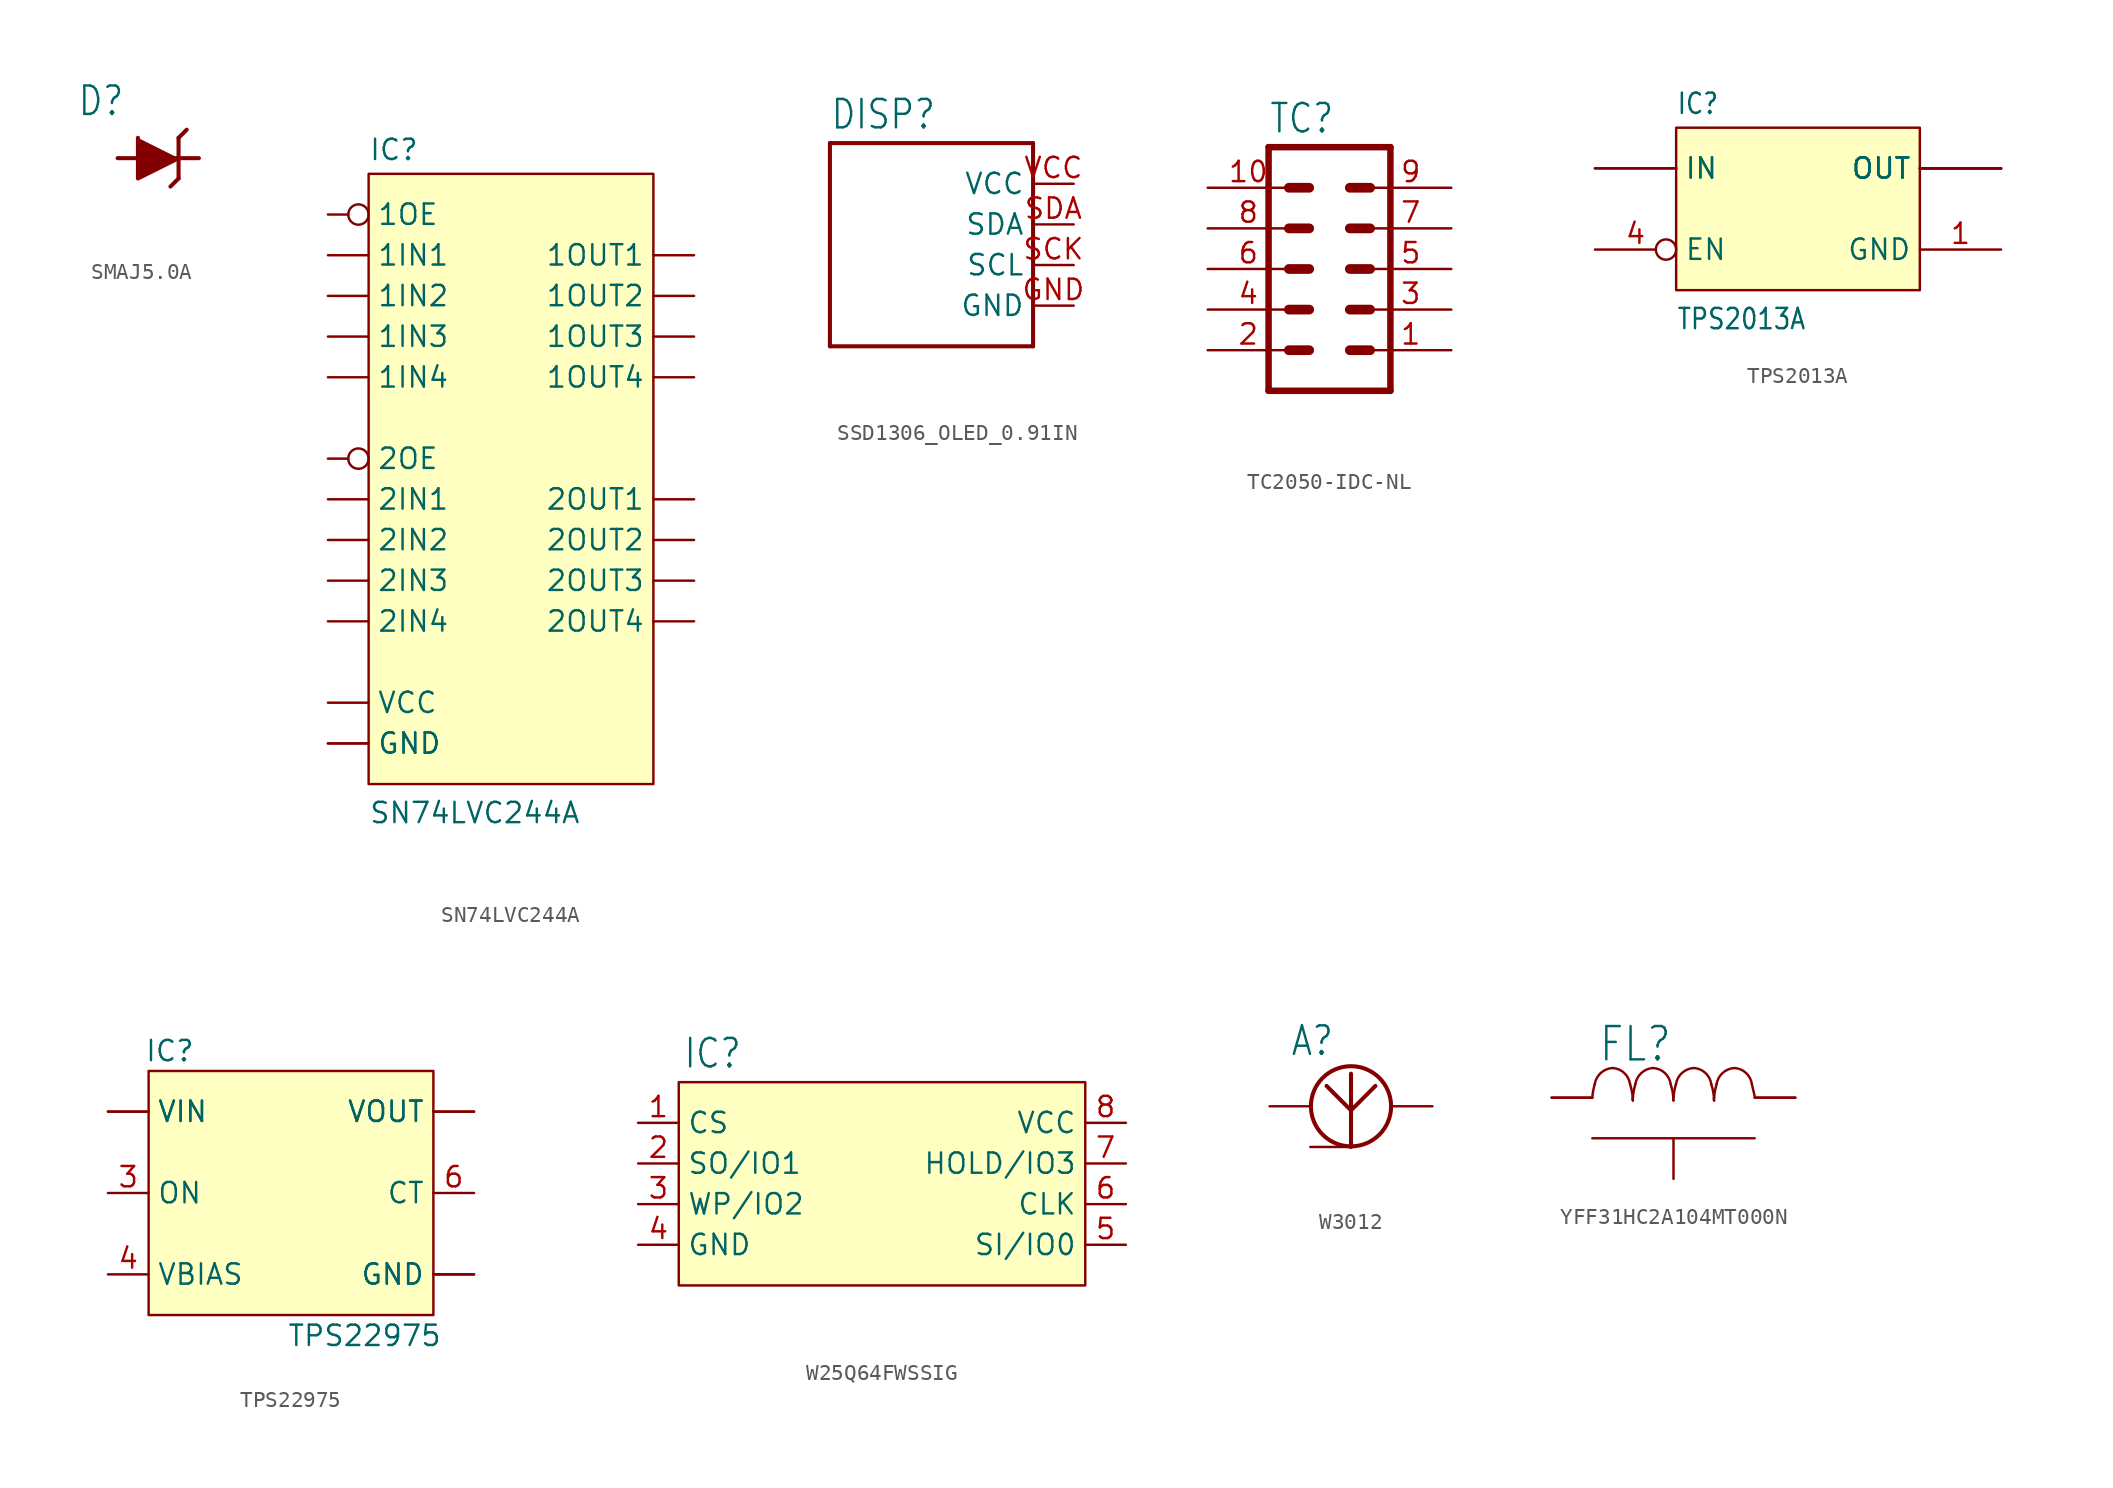
<source format=kicad_sym>
(kicad_symbol_lib
  (version 20241209)
  (generator "kicad_symbol_editor")
  (generator_version "9.0")
  (symbol "SMAJ5.0A"
    (property "Reference" "D"
      (at -5.08 2.54 0)
      (effects (font (size 1.778 1.511)) (justify left bottom)))
    (property "Value" ""
      (at -5.08 -5.08 0)
      (effects (font (size 1.778 1.511)) (justify left bottom)))
    (property "ki_locked" ""
      (at 0 0 0)
      (effects (font (size 1.27 1.27))))
    (symbol "SMAJ5.0A_1_0"
      (polyline (pts (xy -2.54 0) (xy 2.54 0)) (stroke (width 0.254) (type solid)) (fill (type none)))
      (polyline (pts (xy -1.27 1.27) (xy -1.27 -1.27) (xy 1.27 0)) (stroke (width 0.254) (type solid)) (fill (type outline)))
      (polyline (pts (xy 1.27 1.27) (xy 1.27 -1.27)) (stroke (width 0.254) (type solid)) (fill (type none)))
      (polyline (pts (xy 1.27 1.27) (xy 1.778 1.778)) (stroke (width 0.254) (type solid)) (fill (type none)))
      (polyline (pts (xy 1.27 -1.27) (xy 0.762 -1.778)) (stroke (width 0.254) (type solid)) (fill (type none)))
      (pin bidirectional line (at -2.54 0 0) (length 0) (name "A" (effects (font (size 0 0)))) (number "A" (effects (font (size 0 0)))))
      (pin bidirectional line (at 2.54 0 0) (length 0) (name "K" (effects (font (size 0 0)))) (number "K" (effects (font (size 0 0)))))))
  (symbol "SN74LVC244A"
    (property "Reference" "IC"
      (at -7.62 16.002 0)
      (effects (font (size 1.27 1.27)) (justify left bottom)))
    (property "Value" "SN74LVC244A"
      (at -7.62 -25.4 0)
      (effects (font (size 1.27 1.27)) (justify left bottom)))
    (symbol "SN74LVC244A_1_0"
      (pin bidirectional inverted (at -10.16 12.7 0) (length 2.54) (name "1OE" (effects (font (size 1.27 1.27)))) (number "1" (effects (font (size 0 0)))))
      (pin bidirectional line (at -10.16 10.16 0) (length 2.54) (name "1IN1" (effects (font (size 1.27 1.27)))) (number "2" (effects (font (size 0 0)))))
      (pin bidirectional line (at -10.16 7.62 0) (length 2.54) (name "1IN2" (effects (font (size 1.27 1.27)))) (number "4" (effects (font (size 0 0)))))
      (pin bidirectional line (at -10.16 5.08 0) (length 2.54) (name "1IN3" (effects (font (size 1.27 1.27)))) (number "6" (effects (font (size 0 0)))))
      (pin bidirectional line (at -10.16 2.54 0) (length 2.54) (name "1IN4" (effects (font (size 1.27 1.27)))) (number "8" (effects (font (size 0 0)))))
      (pin bidirectional inverted (at -10.16 -2.54 0) (length 2.54) (name "2OE" (effects (font (size 1.27 1.27)))) (number "19" (effects (font (size 0 0)))))
      (pin bidirectional line (at -10.16 -5.08 0) (length 2.54) (name "2IN1" (effects (font (size 1.27 1.27)))) (number "11" (effects (font (size 0 0)))))
      (pin bidirectional line (at -10.16 -7.62 0) (length 2.54) (name "2IN2" (effects (font (size 1.27 1.27)))) (number "13" (effects (font (size 0 0)))))
      (pin bidirectional line (at -10.16 -10.16 0) (length 2.54) (name "2IN3" (effects (font (size 1.27 1.27)))) (number "15" (effects (font (size 0 0)))))
      (pin bidirectional line (at -10.16 -12.7 0) (length 2.54) (name "2IN4" (effects (font (size 1.27 1.27)))) (number "17" (effects (font (size 0 0)))))
      (pin bidirectional line (at -10.16 -17.78 0) (length 2.54) (name "VCC" (effects (font (size 1.27 1.27)))) (number "20" (effects (font (size 0 0)))))
      (pin bidirectional line (at -10.16 -20.32 0) (length 2.54) (name "GND" (effects (font (size 1.27 1.27)))) (number "10" (effects (font (size 0 0)))))
      (pin bidirectional line (at -10.16 -20.32 0) (length 2.54) (name "GND" (effects (font (size 1.27 1.27)))) (number "21" (effects (font (size 0 0)))))
      (pin bidirectional line (at 12.7 10.16 180) (length 2.54) (name "1OUT1" (effects (font (size 1.27 1.27)))) (number "18" (effects (font (size 0 0)))))
      (pin bidirectional line (at 12.7 7.62 180) (length 2.54) (name "1OUT2" (effects (font (size 1.27 1.27)))) (number "16" (effects (font (size 0 0)))))
      (pin bidirectional line (at 12.7 5.08 180) (length 2.54) (name "1OUT3" (effects (font (size 1.27 1.27)))) (number "14" (effects (font (size 0 0)))))
      (pin bidirectional line (at 12.7 2.54 180) (length 2.54) (name "1OUT4" (effects (font (size 1.27 1.27)))) (number "12" (effects (font (size 0 0)))))
      (pin bidirectional line (at 12.7 -5.08 180) (length 2.54) (name "2OUT1" (effects (font (size 1.27 1.27)))) (number "9" (effects (font (size 0 0)))))
      (pin bidirectional line (at 12.7 -7.62 180) (length 2.54) (name "2OUT2" (effects (font (size 1.27 1.27)))) (number "7" (effects (font (size 0 0)))))
      (pin bidirectional line (at 12.7 -10.16 180) (length 2.54) (name "2OUT3" (effects (font (size 1.27 1.27)))) (number "5" (effects (font (size 0 0)))))
      (pin bidirectional line (at 12.7 -12.7 180) (length 2.54) (name "2OUT4" (effects (font (size 1.27 1.27)))) (number "3" (effects (font (size 0 0))))))
    (symbol "SN74LVC244A_1_1"
      (rectangle (start -7.62 15.24) (end 10.16 -22.86) (stroke (width 0) (type solid)) (fill (type background)))))
  (symbol "SSD1306_OLED_0.91IN"
    (property "Reference" "DISP"
      (at -7.62 5.842 0)
      (effects (font (size 1.778 1.511)) (justify left bottom)))
    (property "Value" ""
      (at -7.62 -10.16 0)
      (effects (font (size 1.778 1.511)) (justify left bottom)))
    (property "ki_locked" ""
      (at 0 0 0)
      (effects (font (size 1.27 1.27))))
    (symbol "SSD1306_OLED_0.91IN_1_0"
      (polyline (pts (xy -7.62 5.08) (xy 5.08 5.08)) (stroke (width 0.254) (type solid)) (fill (type none)))
      (polyline (pts (xy -7.62 -7.62) (xy -7.62 5.08)) (stroke (width 0.254) (type solid)) (fill (type none)))
      (polyline (pts (xy 5.08 5.08) (xy 5.08 -7.62)) (stroke (width 0.254) (type solid)) (fill (type none)))
      (polyline (pts (xy 5.08 -7.62) (xy -7.62 -7.62)) (stroke (width 0.254) (type solid)) (fill (type none)))
      (pin bidirectional line (at 7.62 2.54 180) (length 2.54) (name "VCC" (effects (font (size 1.27 1.27)))) (number "VCC" (effects (font (size 1.27 1.27)))))
      (pin bidirectional line (at 7.62 0 180) (length 2.54) (name "SDA" (effects (font (size 1.27 1.27)))) (number "SDA" (effects (font (size 1.27 1.27)))))
      (pin bidirectional line (at 7.62 -2.54 180) (length 2.54) (name "SCL" (effects (font (size 1.27 1.27)))) (number "SCK" (effects (font (size 1.27 1.27)))))
      (pin bidirectional line (at 7.62 -5.08 180) (length 2.54) (name "GND" (effects (font (size 1.27 1.27)))) (number "GND" (effects (font (size 1.27 1.27)))))))
  (symbol "TC2050-IDC-NL"
    (property "Reference" "TC"
      (at -3.81 8.382 0)
      (effects (font (size 1.778 1.511)) (justify left bottom)))
    (property "Value" ""
      (at -3.81 -10.16 0)
      (effects (font (size 1.778 1.511)) (justify left bottom)))
    (property "ki_locked" ""
      (at 0 0 0)
      (effects (font (size 1.27 1.27))))
    (symbol "TC2050-IDC-NL_1_0"
      (polyline (pts (xy -3.81 7.62) (xy -3.81 -7.62)) (stroke (width 0.406) (type solid)) (fill (type none)))
      (polyline (pts (xy -3.81 7.62) (xy 3.81 7.62)) (stroke (width 0.406) (type solid)) (fill (type none)))
      (polyline (pts (xy -2.54 5.08) (xy -1.27 5.08)) (stroke (width 0.61) (type solid)) (fill (type none)))
      (polyline (pts (xy -2.54 2.54) (xy -1.27 2.54)) (stroke (width 0.61) (type solid)) (fill (type none)))
      (polyline (pts (xy -2.54 0) (xy -1.27 0)) (stroke (width 0.61) (type solid)) (fill (type none)))
      (polyline (pts (xy -2.54 -2.54) (xy -1.27 -2.54)) (stroke (width 0.61) (type solid)) (fill (type none)))
      (polyline (pts (xy -2.54 -5.08) (xy -1.27 -5.08)) (stroke (width 0.61) (type solid)) (fill (type none)))
      (polyline (pts (xy 1.27 5.08) (xy 2.54 5.08)) (stroke (width 0.61) (type solid)) (fill (type none)))
      (polyline (pts (xy 1.27 2.54) (xy 2.54 2.54)) (stroke (width 0.61) (type solid)) (fill (type none)))
      (polyline (pts (xy 1.27 0) (xy 2.54 0)) (stroke (width 0.61) (type solid)) (fill (type none)))
      (polyline (pts (xy 1.27 -2.54) (xy 2.54 -2.54)) (stroke (width 0.61) (type solid)) (fill (type none)))
      (polyline (pts (xy 1.27 -5.08) (xy 2.54 -5.08)) (stroke (width 0.61) (type solid)) (fill (type none)))
      (polyline (pts (xy 3.81 -7.62) (xy -3.81 -7.62)) (stroke (width 0.406) (type solid)) (fill (type none)))
      (polyline (pts (xy 3.81 -7.62) (xy 3.81 7.62)) (stroke (width 0.406) (type solid)) (fill (type none)))
      (pin passive line (at -7.62 5.08 0) (length 5.08) (name "10" (effects (font (size 0 0)))) (number "10" (effects (font (size 1.27 1.27)))))
      (pin passive line (at -7.62 2.54 0) (length 5.08) (name "8" (effects (font (size 0 0)))) (number "8" (effects (font (size 1.27 1.27)))))
      (pin passive line (at -7.62 0 0) (length 5.08) (name "6" (effects (font (size 0 0)))) (number "6" (effects (font (size 1.27 1.27)))))
      (pin passive line (at -7.62 -2.54 0) (length 5.08) (name "4" (effects (font (size 0 0)))) (number "4" (effects (font (size 1.27 1.27)))))
      (pin passive line (at -7.62 -5.08 0) (length 5.08) (name "2" (effects (font (size 0 0)))) (number "2" (effects (font (size 1.27 1.27)))))
      (pin passive line (at 7.62 5.08 180) (length 5.08) (name "9" (effects (font (size 0 0)))) (number "9" (effects (font (size 1.27 1.27)))))
      (pin passive line (at 7.62 2.54 180) (length 5.08) (name "7" (effects (font (size 0 0)))) (number "7" (effects (font (size 1.27 1.27)))))
      (pin passive line (at 7.62 0 180) (length 5.08) (name "5" (effects (font (size 0 0)))) (number "5" (effects (font (size 1.27 1.27)))))
      (pin passive line (at 7.62 -2.54 180) (length 5.08) (name "3" (effects (font (size 0 0)))) (number "3" (effects (font (size 1.27 1.27)))))
      (pin passive line (at 7.62 -5.08 180) (length 5.08) (name "1" (effects (font (size 0 0)))) (number "1" (effects (font (size 1.27 1.27)))))))
  (symbol "TPS2013A"
    (property "Reference" "IC"
      (at -7.62 5.842 0)
      (effects (font (size 1.27 1.079)) (justify left bottom)))
    (property "Value" "TPS2013A"
      (at -7.62 -7.62 0)
      (effects (font (size 1.27 1.079)) (justify left bottom)))
    (symbol "TPS2013A_1_0"
      (pin bidirectional line (at -12.7 2.54 0) (length 5.08) (name "IN" (effects (font (size 1.27 1.27)))) (number "2" (effects (font (size 0 0)))))
      (pin bidirectional line (at -12.7 2.54 0) (length 5.08) (name "IN" (effects (font (size 1.27 1.27)))) (number "3" (effects (font (size 0 0)))))
      (pin bidirectional inverted (at -12.7 -2.54 0) (length 5.08) (name "EN" (effects (font (size 1.27 1.27)))) (number "4" (effects (font (size 1.27 1.27)))))
      (pin bidirectional line (at 12.7 2.54 180) (length 5.08) (name "OUT" (effects (font (size 1.27 1.27)))) (number "5" (effects (font (size 0 0)))))
      (pin bidirectional line (at 12.7 2.54 180) (length 5.08) (name "OUT" (effects (font (size 1.27 1.27)))) (number "6" (effects (font (size 0 0)))))
      (pin bidirectional line (at 12.7 2.54 180) (length 5.08) (name "OUT" (effects (font (size 1.27 1.27)))) (number "7" (effects (font (size 0 0)))))
      (pin bidirectional line (at 12.7 2.54 180) (length 5.08) (name "OUT" (effects (font (size 1.27 1.27)))) (number "8" (effects (font (size 0 0)))))
      (pin bidirectional line (at 12.7 -2.54 180) (length 5.08) (name "GND" (effects (font (size 1.27 1.27)))) (number "1" (effects (font (size 1.27 1.27))))))
    (symbol "TPS2013A_1_1"
      (rectangle (start -7.62 5.08) (end 7.62 -5.08) (stroke (width 0) (type solid)) (fill (type background)))))
  (symbol "TPS22975"
    (property "Reference" "IC"
      (at -7.874 8.128 0)
      (effects (font (size 1.27 1.27)) (justify left bottom)))
    (property "Value" "TPS22975"
      (at 1.016 -9.652 0)
      (effects (font (size 1.27 1.27)) (justify left bottom)))
    (symbol "TPS22975_1_0"
      (pin bidirectional line (at -10.16 5.08 0) (length 2.54) (name "VIN" (effects (font (size 1.27 1.27)))) (number "1" (effects (font (size 0 0)))))
      (pin bidirectional line (at -10.16 5.08 0) (length 2.54) (name "VIN" (effects (font (size 1.27 1.27)))) (number "2" (effects (font (size 0 0)))))
      (pin bidirectional line (at -10.16 0 0) (length 2.54) (name "ON" (effects (font (size 1.27 1.27)))) (number "3" (effects (font (size 1.27 1.27)))))
      (pin bidirectional line (at -10.16 -5.08 0) (length 2.54) (name "VBIAS" (effects (font (size 1.27 1.27)))) (number "4" (effects (font (size 1.27 1.27)))))
      (pin bidirectional line (at 12.7 5.08 180) (length 2.54) (name "VOUT" (effects (font (size 1.27 1.27)))) (number "7" (effects (font (size 0 0)))))
      (pin bidirectional line (at 12.7 5.08 180) (length 2.54) (name "VOUT" (effects (font (size 1.27 1.27)))) (number "8" (effects (font (size 0 0)))))
      (pin bidirectional line (at 12.7 0 180) (length 2.54) (name "CT" (effects (font (size 1.27 1.27)))) (number "6" (effects (font (size 1.27 1.27)))))
      (pin bidirectional line (at 12.7 -5.08 180) (length 2.54) (name "GND" (effects (font (size 1.27 1.27)))) (number "5" (effects (font (size 0 0)))))
      (pin bidirectional line (at 12.7 -5.08 180) (length 2.54) (name "GND" (effects (font (size 1.27 1.27)))) (number "PP" (effects (font (size 0 0))))))
    (symbol "TPS22975_1_1"
      (rectangle (start -7.62 7.62) (end 10.16 -7.62) (stroke (width 0) (type solid)) (fill (type background)))))
  (symbol "W25Q64FWSSIG"
    (property "Reference" "IC"
      (at -12.446 5.842 0)
      (effects (font (size 1.778 1.511)) (justify left bottom)))
    (property "Value" ""
      (at -12.7 -10.16 0)
      (effects (font (size 1.778 1.511)) (justify left bottom)))
    (property "ki_locked" ""
      (at 0 0 0)
      (effects (font (size 1.27 1.27))))
    (symbol "W25Q64FWSSIG_1_0"
      (pin bidirectional line (at -15.24 2.54 0) (length 2.54) (name "CS" (effects (font (size 1.27 1.27)))) (number "1" (effects (font (size 1.27 1.27)))))
      (pin bidirectional line (at -15.24 0 0) (length 2.54) (name "SO/IO1" (effects (font (size 1.27 1.27)))) (number "2" (effects (font (size 1.27 1.27)))))
      (pin bidirectional line (at -15.24 -2.54 0) (length 2.54) (name "WP/IO2" (effects (font (size 1.27 1.27)))) (number "3" (effects (font (size 1.27 1.27)))))
      (pin bidirectional line (at -15.24 -5.08 0) (length 2.54) (name "GND" (effects (font (size 1.27 1.27)))) (number "4" (effects (font (size 1.27 1.27)))))
      (pin bidirectional line (at 15.24 2.54 180) (length 2.54) (name "VCC" (effects (font (size 1.27 1.27)))) (number "8" (effects (font (size 1.27 1.27)))))
      (pin bidirectional line (at 15.24 0 180) (length 2.54) (name "HOLD/IO3" (effects (font (size 1.27 1.27)))) (number "7" (effects (font (size 1.27 1.27)))))
      (pin bidirectional line (at 15.24 -2.54 180) (length 2.54) (name "CLK" (effects (font (size 1.27 1.27)))) (number "6" (effects (font (size 1.27 1.27)))))
      (pin bidirectional line (at 15.24 -5.08 180) (length 2.54) (name "SI/IO0" (effects (font (size 1.27 1.27)))) (number "5" (effects (font (size 1.27 1.27))))))
    (symbol "W25Q64FWSSIG_1_1"
      (rectangle (start -12.7 5.08) (end 12.7 -7.62) (stroke (width 0) (type solid)) (fill (type background)))))
  (symbol "W3012"
    (property "Reference" "A"
      (at -3.81 3.048 0)
      (effects (font (size 1.778 1.511)) (justify left bottom)))
    (property "Value" ""
      (at -5.08 -5.08 0)
      (effects (font (size 1.778 1.511)) (justify left bottom)))
    (property "ki_locked" ""
      (at 0 0 0)
      (effects (font (size 1.27 1.27))))
    (symbol "W3012_1_0"
      (circle (center 0 0) (radius 2.502) (stroke (width 0.254) (type solid)) (fill (type none)))
      (polyline (pts (xy 0 -0.254) (xy -1.524 1.27)) (stroke (width 0.254) (type solid)) (fill (type none)))
      (polyline (pts (xy 0 -0.254) (xy 0 2.032)) (stroke (width 0.254) (type solid)) (fill (type none)))
      (polyline (pts (xy 0 -0.254) (xy 1.524 1.27)) (stroke (width 0.254) (type solid)) (fill (type none)))
      (polyline (pts (xy 0 -2.54) (xy 0 -0.254)) (stroke (width 0.254) (type solid)) (fill (type none)))
      (pin bidirectional line (at -5.08 0 0) (length 2.54) (name "GND" (effects (font (size 0 0)))) (number "2" (effects (font (size 0 0)))))
      (pin bidirectional line (at -2.54 -2.54 0) (length 2.54) (name "FEED" (effects (font (size 0 0)))) (number "1" (effects (font (size 0 0)))))
      (pin bidirectional line (at 5.08 0 180) (length 2.54) (name "GND@1" (effects (font (size 0 0)))) (number "3" (effects (font (size 0 0)))))))
  (symbol "YFF31HC2A104MT000N"
    (property "Reference" "FL"
      (at -4.724 2.134 0)
      (effects (font (size 2.083 1.77)) (justify left bottom)))
    (property "ki_locked" ""
      (at 0 0 0)
      (effects (font (size 1.27 1.27))))
    (symbol "YFF31HC2A104MT000N_1_0"
      (arc (start 4.9022 0.8382) (mid 4.9944 0.458) (end 5.08 0.0762) (stroke (width 0.1524) (type solid)) (fill (type none)))
      (polyline (pts (xy -7.62 0) (xy -5.08 0)) (stroke (width 0.152) (type solid)) (fill (type none)))
      (arc (start -2.7178 0.8382) (mid -2.5911 0.3368) (end -2.54 -0.1778) (stroke (width 0.1524) (type solid)) (fill (type none)))
      (polyline (pts (xy -5.08 -2.54) (xy 5.08 -2.54)) (stroke (width 0.152) (type solid)) (fill (type none)))
      (arc (start -3.81 1.8542) (mid -3.0814 1.5423) (end -2.7177 0.8382) (stroke (width 0.1524) (type solid)) (fill (type none)))
      (arc (start -4.9276 0.8382) (mid -4.5486 1.5441) (end -3.8099 1.8542) (stroke (width 0.1524) (type solid)) (fill (type none)))
      (arc (start -0.1778 0.8382) (mid -0.0511 0.3368) (end 0 -0.1778) (stroke (width 0.1524) (type solid)) (fill (type none)))
      (arc (start -2.54 -0.1778) (mid -2.561 -0.0888) (end -2.54 0.0001) (stroke (width 0) (type solid)) (fill (type none)))
      (arc (start -1.27 1.8542) (mid -0.5414 1.5423) (end -0.1777 0.8382) (stroke (width 0.1524) (type solid)) (fill (type none)))
      (arc (start -2.3876 0.8382) (mid -2.0086 1.5441) (end -1.2699 1.8542) (stroke (width 0.1524) (type solid)) (fill (type none)))
      (arc (start -5.08 0) (mid -5.0258 0.4231) (end -4.9276 0.8382) (stroke (width 0.1524) (type solid)) (fill (type none)))
      (arc (start 2.3622 0.8382) (mid 2.4889 0.3368) (end 2.54 -0.1778) (stroke (width 0.1524) (type solid)) (fill (type none)))
      (arc (start 0 -0.1778) (mid -0.0208 -0.0889) (end 0 0) (stroke (width 0) (type solid)) (fill (type none)))
      (arc (start 1.27 1.8542) (mid 1.9985 1.5422) (end 2.3622 0.8381) (stroke (width 0.1524) (type solid)) (fill (type none)))
      (arc (start 0.1524 0.8382) (mid 0.5313 1.544) (end 1.27 1.8541) (stroke (width 0.1524) (type solid)) (fill (type none)))
      (arc (start -2.54 0) (mid -2.4858 0.4231) (end -2.3876 0.8382) (stroke (width 0.1524) (type solid)) (fill (type none)))
      (arc (start 2.54 -0.1778) (mid 2.5197 -0.089) (end 2.54 0) (stroke (width 0) (type solid)) (fill (type none)))
      (arc (start 3.81 1.8542) (mid 4.5385 1.5423) (end 4.9022 0.8381) (stroke (width 0.1524) (type solid)) (fill (type none)))
      (arc (start 2.6924 0.8382) (mid 3.0714 1.5438) (end 3.81 1.8541) (stroke (width 0.1524) (type solid)) (fill (type none)))
      (arc (start 0 0) (mid 0.0542 0.4231) (end 0.1524 0.8382) (stroke (width 0.1524) (type solid)) (fill (type none)))
      (polyline (pts (xy 5.08 0) (xy 7.62 0)) (stroke (width 0.152) (type solid)) (fill (type none)))
      (arc (start 2.54 0) (mid 2.5942 0.4231) (end 2.6924 0.8382) (stroke (width 0.1524) (type solid)) (fill (type none)))
      (pin passive line (at -7.62 0 0) (length 2.54) (name "1" (effects (font (size 0 0)))) (number "1" (effects (font (size 0 0)))))
      (pin passive line (at 0 -5.08 90) (length 2.54) (name "GND" (effects (font (size 0 0)))) (number "GND" (effects (font (size 0 0)))))
      (pin passive line (at 7.62 0 180) (length 2.54) (name "2" (effects (font (size 0 0)))) (number "3" (effects (font (size 0 0))))))))
</source>
